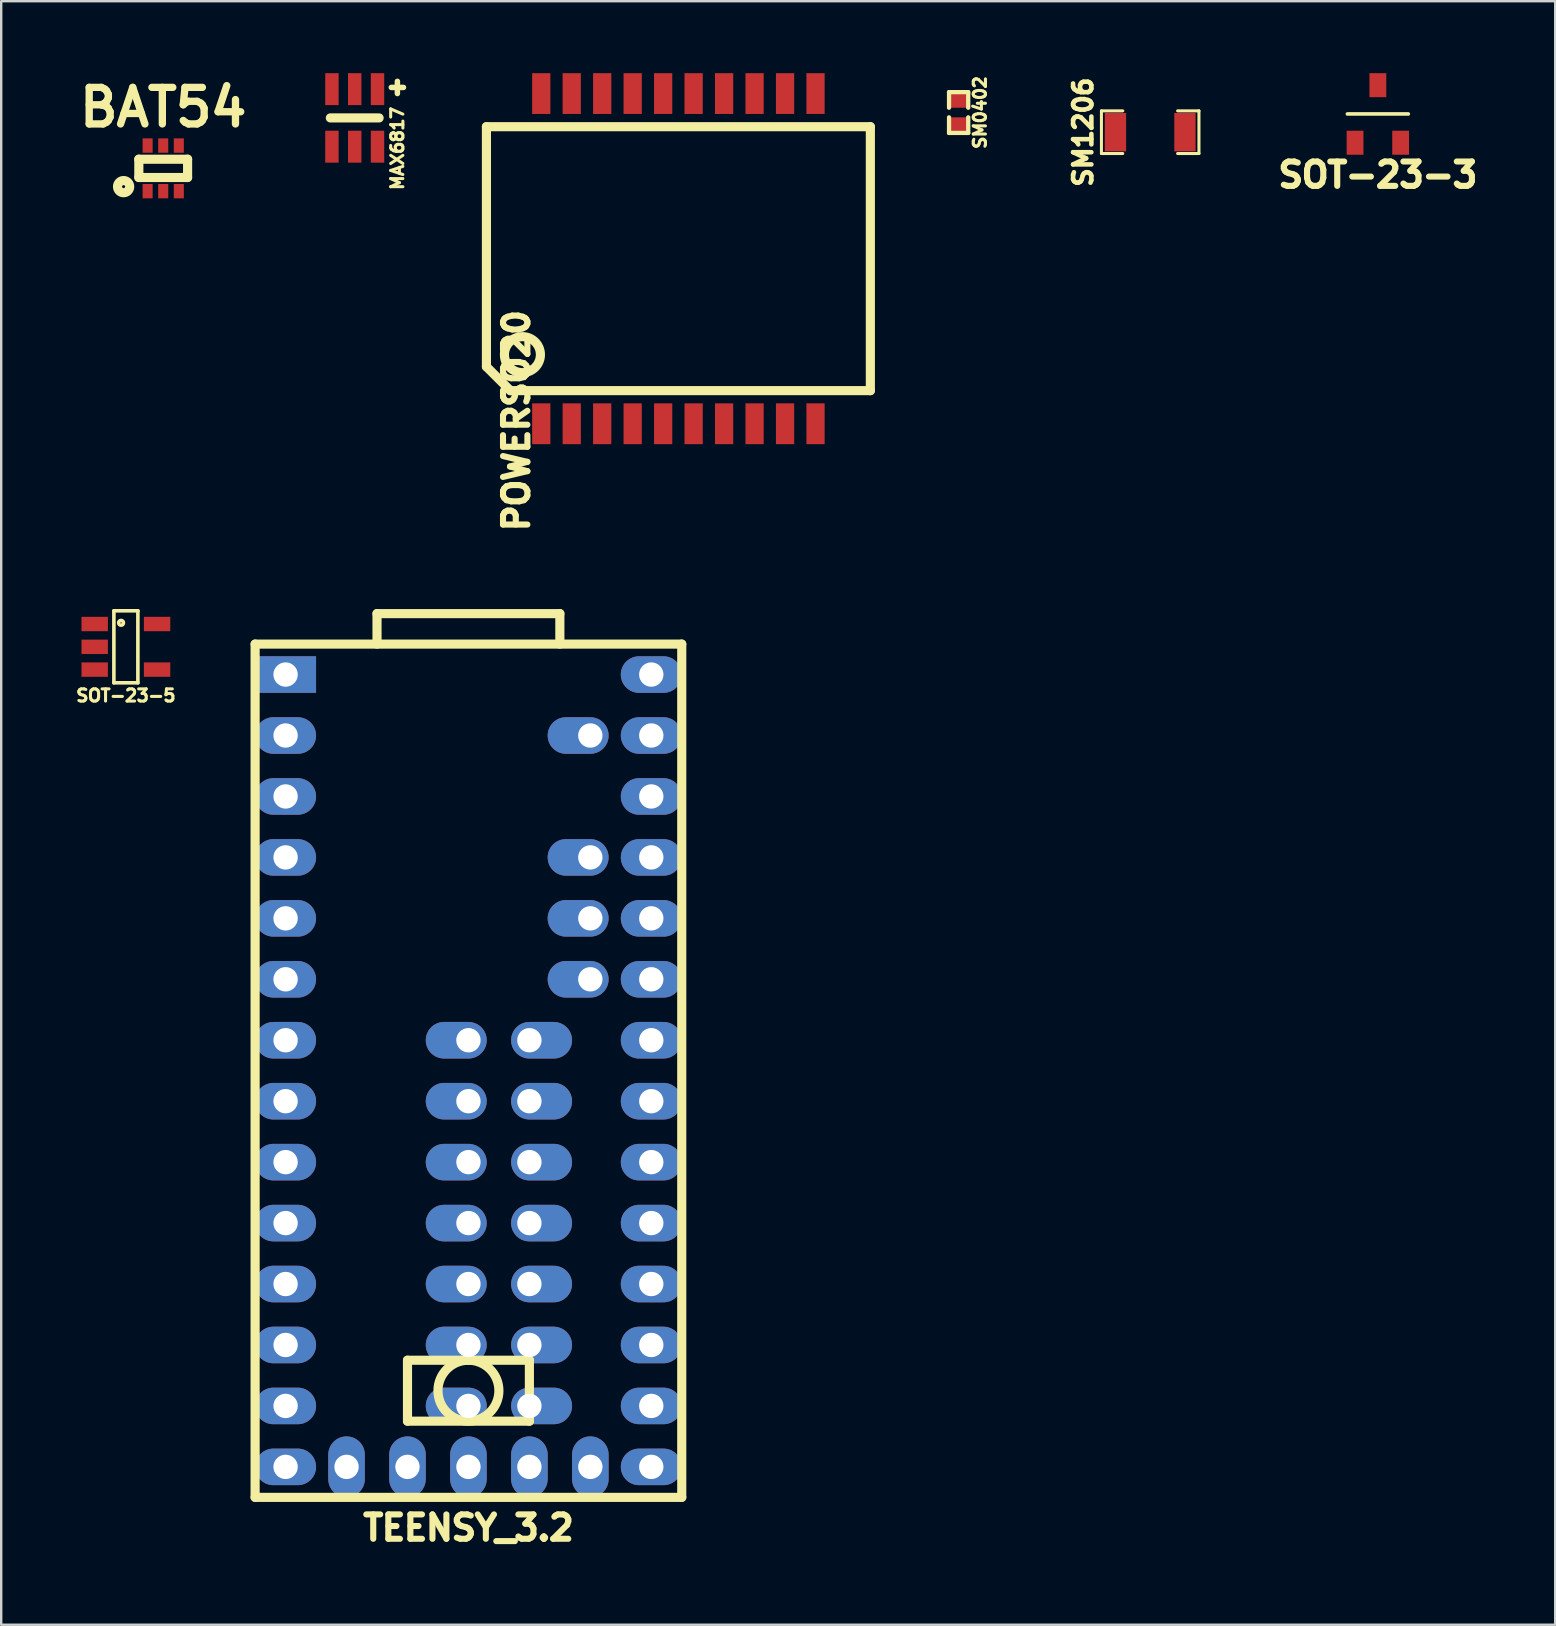
<source format=kicad_pcb>
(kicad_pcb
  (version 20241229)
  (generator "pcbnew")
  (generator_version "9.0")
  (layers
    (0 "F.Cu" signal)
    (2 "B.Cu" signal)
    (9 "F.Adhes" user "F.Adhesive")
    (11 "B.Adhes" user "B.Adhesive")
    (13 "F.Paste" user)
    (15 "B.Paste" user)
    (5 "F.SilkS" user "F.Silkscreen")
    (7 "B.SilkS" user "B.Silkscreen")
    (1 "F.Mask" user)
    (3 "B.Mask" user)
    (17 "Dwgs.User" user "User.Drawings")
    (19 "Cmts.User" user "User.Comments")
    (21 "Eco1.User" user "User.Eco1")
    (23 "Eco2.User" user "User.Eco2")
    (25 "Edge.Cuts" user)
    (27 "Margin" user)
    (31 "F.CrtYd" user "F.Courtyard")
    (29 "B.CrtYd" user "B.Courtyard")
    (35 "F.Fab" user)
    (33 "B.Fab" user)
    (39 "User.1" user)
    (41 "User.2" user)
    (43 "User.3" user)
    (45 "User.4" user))
  (footprint "SM1206"
    (layer "F.Cu")
    (at 44.884 2.459)
    (property "Reference" "SM1206" (at -2.794 0 90) (layer "F.SilkS") (effects (font (size 0.762 0.762) (thickness 0.191))))
    (attr smd)
    (fp_line (start -2.032 -0.889) (end -2.032 0.889) (stroke (width 0.127) (type solid)) (layer "F.SilkS"))
    (fp_line (start -2.032 0.889) (end -1.143 0.889) (stroke (width 0.127) (type solid)) (layer "F.SilkS"))
    (fp_line (start -1.143 -0.889) (end -2.032 -0.889) (stroke (width 0.127) (type solid)) (layer "F.SilkS"))
    (fp_line (start 1.143 -0.889) (end 2.032 -0.889) (stroke (width 0.127) (type solid)) (layer "F.SilkS"))
    (fp_line (start 2.032 -0.889) (end 2.032 0.889) (stroke (width 0.127) (type solid)) (layer "F.SilkS"))
    (fp_line (start 2.032 0.889) (end 1.143 0.889) (stroke (width 0.127) (type solid)) (layer "F.SilkS"))
    (pad "1" smd rect (at -1.448 0) (size 0.889 1.6) (layers "F.Cu" "F.Mask" "F.Paste"))
    (pad "2" smd rect (at 1.448 0) (size 0.889 1.6) (layers "F.Cu" "F.Mask" "F.Paste")))
  (footprint "SOT-23-3"
    (layer "F.Cu")
    (at 54.372 1.699)
    (property "Reference" "SOT-23-3" (at 0 2.54 0) (layer "F.SilkS") (effects (font (size 1.016 1.016) (thickness 0.254))))
    (attr through_hole)
    (fp_line (start -1.27 0) (end 1.27 0) (stroke (width 0.15) (type solid)) (layer "F.SilkS"))
    (pad "1" smd rect (at -0.95 1.199) (size 0.701 1.001) (layers "F.Cu" "F.Mask"))
    (pad "2" smd rect (at 0.95 1.199) (size 0.701 1.001) (layers "F.Cu" "F.Mask"))
    (pad "3" smd rect (at 0 -1.199) (size 0.701 1.001) (layers "F.Cu" "F.Mask")))
  (footprint "TEENSY_3.2"
    (layer "F.Cu")
    (at 16.472 41.572)
    (property "Reference" "TEENSY_3.2" (at 0 19.05 0) (layer "F.SilkS") (effects (font (size 1.016 1.016) (thickness 0.254))))
    (attr through_hole)
    (fp_line (start -8.89 -17.78) (end -8.89 17.78) (stroke (width 0.381) (type solid)) (layer "F.SilkS"))
    (fp_line (start -8.89 17.78) (end 8.89 17.78) (stroke (width 0.381) (type solid)) (layer "F.SilkS"))
    (fp_line (start -3.81 -19.05) (end 3.81 -19.05) (stroke (width 0.381) (type solid)) (layer "F.SilkS"))
    (fp_line (start -3.81 -17.78) (end -3.81 -19.05) (stroke (width 0.381) (type solid)) (layer "F.SilkS"))
    (fp_line (start -2.54 12.065) (end -2.54 14.605) (stroke (width 0.381) (type solid)) (layer "F.SilkS"))
    (fp_line (start -2.54 14.605) (end 2.54 14.605) (stroke (width 0.381) (type solid)) (layer "F.SilkS"))
    (fp_line (start 2.54 12.065) (end -2.54 12.065) (stroke (width 0.381) (type solid)) (layer "F.SilkS"))
    (fp_line (start 2.54 14.605) (end 2.54 12.065) (stroke (width 0.381) (type solid)) (layer "F.SilkS"))
    (fp_line (start 3.81 -19.05) (end 3.81 -17.78) (stroke (width 0.381) (type solid)) (layer "F.SilkS"))
    (fp_line (start 8.89 -17.78) (end -8.89 -17.78) (stroke (width 0.381) (type solid)) (layer "F.SilkS"))
    (fp_line (start 8.89 17.78) (end 8.89 -17.78) (stroke (width 0.381) (type solid)) (layer "F.SilkS"))
    (fp_circle (center 0 13.335) (end 0 12.065) (stroke (width 0.381) (type solid)) (fill no) (layer "F.SilkS"))
    (pad "" thru_hole oval (at -5.08 16.51) (size 1.524 2.54) (drill 1.016) (layers "*.Cu" "*.Mask"))
    (pad "" thru_hole oval (at -2.54 16.51) (size 1.524 2.54) (drill 1.016) (layers "*.Cu" "*.Mask"))
    (pad "" thru_hole oval (at 0 1.27) (size 2.54 1.524) (drill 1.016 (offset -0.508 0)) (layers "*.Cu" "*.Mask"))
    (pad "" thru_hole oval (at 0 16.51) (size 1.524 2.54) (drill 1.016) (layers "*.Cu" "*.Mask"))
    (pad "" thru_hole oval (at 2.54 1.27) (size 2.54 1.524) (drill 1.016 (offset 0.508 0)) (layers "*.Cu" "*.Mask"))
    (pad "0" thru_hole oval (at -7.62 -13.97) (size 2.54 1.524) (drill 1.016) (layers "*.Cu" "*.Mask"))
    (pad "1" thru_hole oval (at -7.62 -11.43) (size 2.54 1.524) (drill 1.016) (layers "*.Cu" "*.Mask"))
    (pad "2" thru_hole oval (at -7.62 -8.89) (size 2.54 1.524) (drill 1.016) (layers "*.Cu" "*.Mask"))
    (pad "3" thru_hole oval (at -7.62 -6.35) (size 2.54 1.524) (drill 1.016) (layers "*.Cu" "*.Mask"))
    (pad "3V3" thru_hole oval (at 7.62 -11.43) (size 2.54 1.524) (drill 1.016) (layers "*.Cu" "*.Mask"))
    (pad "4" thru_hole oval (at -7.62 -3.81) (size 2.54 1.524) (drill 1.016) (layers "*.Cu" "*.Mask"))
    (pad "5" thru_hole oval (at -7.62 -1.27) (size 2.54 1.524) (drill 1.016) (layers "*.Cu" "*.Mask"))
    (pad "6" thru_hole oval (at -7.62 1.27) (size 2.54 1.524) (drill 1.016) (layers "*.Cu" "*.Mask"))
    (pad "7" thru_hole oval (at -7.62 3.81) (size 2.54 1.524) (drill 1.016) (layers "*.Cu" "*.Mask"))
    (pad "8" thru_hole oval (at -7.62 6.35) (size 2.54 1.524) (drill 1.016) (layers "*.Cu" "*.Mask"))
    (pad "9" thru_hole oval (at -7.62 8.89) (size 2.54 1.524) (drill 1.016) (layers "*.Cu" "*.Mask"))
    (pad "10" thru_hole oval (at -7.62 11.43) (size 2.54 1.524) (drill 1.016) (layers "*.Cu" "*.Mask"))
    (pad "11" thru_hole oval (at -7.62 13.97) (size 2.54 1.524) (drill 1.016) (layers "*.Cu" "*.Mask"))
    (pad "12" thru_hole oval (at -7.62 16.51) (size 2.54 1.524) (drill 1.016) (layers "*.Cu" "*.Mask"))
    (pad "13" thru_hole oval (at 7.62 16.51) (size 2.54 1.524) (drill 1.016) (layers "*.Cu" "*.Mask"))
    (pad "14" thru_hole oval (at 7.62 13.97) (size 2.54 1.524) (drill 1.016) (layers "*.Cu" "*.Mask"))
    (pad "15" thru_hole oval (at 7.62 11.43) (size 2.54 1.524) (drill 1.016) (layers "*.Cu" "*.Mask"))
    (pad "16" thru_hole oval (at 7.62 8.89) (size 2.54 1.524) (drill 1.016) (layers "*.Cu" "*.Mask"))
    (pad "17" thru_hole oval (at 7.62 6.35) (size 2.54 1.524) (drill 1.016) (layers "*.Cu" "*.Mask"))
    (pad "18" thru_hole oval (at 7.62 3.81) (size 2.54 1.524) (drill 1.016) (layers "*.Cu" "*.Mask"))
    (pad "19" thru_hole oval (at 7.62 1.27) (size 2.54 1.524) (drill 1.016) (layers "*.Cu" "*.Mask"))
    (pad "20" thru_hole oval (at 7.62 -1.27) (size 2.54 1.524) (drill 1.016) (layers "*.Cu" "*.Mask"))
    (pad "21" thru_hole oval (at 7.62 -3.81) (size 2.54 1.524) (drill 1.016) (layers "*.Cu" "*.Mask"))
    (pad "22" thru_hole oval (at 7.62 -6.35) (size 2.54 1.524) (drill 1.016) (layers "*.Cu" "*.Mask"))
    (pad "23" thru_hole oval (at 7.62 -8.89) (size 2.54 1.524) (drill 1.016) (layers "*.Cu" "*.Mask"))
    (pad "24" thru_hole oval (at 0 3.81) (size 2.54 1.524) (drill 1.016 (offset -0.508 0)) (layers "*.Cu" "*.Mask"))
    (pad "25" thru_hole oval (at 0 6.35) (size 2.54 1.524) (drill 1.016 (offset -0.508 0)) (layers "*.Cu" "*.Mask"))
    (pad "26" thru_hole oval (at 0 8.89) (size 2.54 1.524) (drill 1.016 (offset -0.508 0)) (layers "*.Cu" "*.Mask"))
    (pad "27" thru_hole oval (at 0 11.43) (size 2.54 1.524) (drill 1.016 (offset -0.508 0)) (layers "*.Cu" "*.Mask"))
    (pad "28" thru_hole oval (at 0 13.97) (size 2.54 1.524) (drill 1.016 (offset -0.508 0)) (layers "*.Cu" "*.Mask"))
    (pad "29" thru_hole oval (at 2.54 13.97) (size 2.54 1.524) (drill 1.016 (offset 0.508 0)) (layers "*.Cu" "*.Mask"))
    (pad "30" thru_hole oval (at 2.54 11.43) (size 2.54 1.524) (drill 1.016 (offset 0.508 0)) (layers "*.Cu" "*.Mask"))
    (pad "31" thru_hole oval (at 2.54 8.89) (size 2.54 1.524) (drill 1.016 (offset 0.508 0)) (layers "*.Cu" "*.Mask"))
    (pad "32" thru_hole oval (at 2.54 6.35) (size 2.54 1.524) (drill 1.016 (offset 0.508 0)) (layers "*.Cu" "*.Mask"))
    (pad "33" thru_hole oval (at 2.54 3.81) (size 2.54 1.524) (drill 1.016 (offset 0.508 0)) (layers "*.Cu" "*.Mask"))
    (pad "A10" thru_hole oval (at 5.08 -6.35) (size 2.54 1.524) (drill 1.016 (offset -0.508 0)) (layers "*.Cu" "*.Mask"))
    (pad "A11" thru_hole oval (at 5.08 -3.81) (size 2.54 1.524) (drill 1.016 (offset -0.508 0)) (layers "*.Cu" "*.Mask"))
    (pad "A12" thru_hole oval (at 0 -1.27) (size 2.54 1.524) (drill 1.016 (offset -0.508 0)) (layers "*.Cu" "*.Mask"))
    (pad "A13" thru_hole oval (at 2.54 -1.27) (size 2.54 1.524) (drill 1.016 (offset 0.508 0)) (layers "*.Cu" "*.Mask"))
    (pad "AGND" thru_hole oval (at 7.62 -13.97) (size 2.54 1.524) (drill 1.016) (layers "*.Cu" "*.Mask"))
    (pad "AREF" thru_hole oval (at 5.08 -8.89) (size 2.54 1.524) (drill 1.016 (offset -0.508 0)) (layers "*.Cu" "*.Mask"))
    (pad "DAC" thru_hole oval (at 5.08 16.51) (size 1.524 2.54) (drill 1.016) (layers "*.Cu" "*.Mask"))
    (pad "GND" thru_hole rect (at -7.62 -16.51) (size 2.54 1.524) (drill 1.016) (layers "*.Cu" "*.Mask"))
    (pad "PROG" thru_hole oval (at 2.54 16.51) (size 1.524 2.54) (drill 1.016) (layers "*.Cu" "*.Mask"))
    (pad "V_IN" thru_hole oval (at 7.62 -16.51) (size 2.54 1.524) (drill 1.016) (layers "*.Cu" "*.Mask"))
    (pad "V_U" thru_hole oval (at 5.08 -13.97) (size 2.54 1.524) (drill 1.016 (offset -0.508 0)) (layers "*.Cu" "*.Mask")))
  (footprint "BAT54"
    (layer "F.Cu")
    (at 3.752 3.966)
    (property "Reference" "BAT54" (at 0 -2.54 0) (layer "F.SilkS") (effects (font (size 1.524 1.524) (thickness 0.305))))
    (attr through_hole)
    (fp_line (start -1.016 -0.381) (end -1.016 0.381) (stroke (width 0.381) (type solid)) (layer "F.SilkS"))
    (fp_line (start -1.016 0.381) (end 1.016 0.381) (stroke (width 0.381) (type solid)) (layer "F.SilkS"))
    (fp_line (start 1.016 -0.381) (end -1.016 -0.381) (stroke (width 0.381) (type solid)) (layer "F.SilkS"))
    (fp_line (start 1.016 0.381) (end 1.016 -0.381) (stroke (width 0.381) (type solid)) (layer "F.SilkS"))
    (fp_circle (center -1.651 0.762) (end -1.651 0.508) (stroke (width 0.381) (type solid)) (fill no) (layer "F.SilkS"))
    (pad "1" smd rect (at -0.65 0.95) (size 0.419 0.599) (layers "F.Cu" "F.Mask" "F.Paste"))
    (pad "2" smd rect (at 0 0.95) (size 0.419 0.599) (layers "F.Cu" "F.Mask" "F.Paste"))
    (pad "3" smd rect (at 0.65 0.95) (size 0.419 0.599) (layers "F.Cu" "F.Mask" "F.Paste"))
    (pad "4" smd rect (at 0.65 -0.95) (size 0.419 0.599) (layers "F.Cu" "F.Mask" "F.Paste"))
    (pad "5" smd rect (at 0 -0.95) (size 0.419 0.599) (layers "F.Cu" "F.Mask" "F.Paste"))
    (pad "6" smd rect (at -0.65 -0.95) (size 0.419 0.599) (layers "F.Cu" "F.Mask" "F.Paste")))
  (footprint "POWERSO20"
    (layer "F.Cu")
    (at 25.222 7.73)
    (property "Reference" "POWERSO20" (at -6.75 6.75 90) (layer "F.SilkS") (effects (font (size 1.016 1.016) (thickness 0.254))))
    (attr through_hole)
    (fp_line (start -8 -5.5) (end -8 4.5) (stroke (width 0.381) (type solid)) (layer "F.SilkS"))
    (fp_line (start -8 4.5) (end -7 5.5) (stroke (width 0.381) (type solid)) (layer "F.SilkS"))
    (fp_line (start -7 5.5) (end 8 5.5) (stroke (width 0.381) (type solid)) (layer "F.SilkS"))
    (fp_line (start 8 -5.5) (end -8 -5.5) (stroke (width 0.381) (type solid)) (layer "F.SilkS"))
    (fp_line (start 8 5.5) (end 8 -5.5) (stroke (width 0.381) (type solid)) (layer "F.SilkS"))
    (fp_circle (center -6.5 4) (end -6.5 3.25) (stroke (width 0.381) (type solid)) (fill no) (layer "F.SilkS"))
    (pad "1" smd rect (at -5.715 6.88) (size 0.76 1.7) (layers "F.Cu" "F.Mask" "F.Paste"))
    (pad "2" smd rect (at -4.445 6.88) (size 0.76 1.7) (layers "F.Cu" "F.Mask" "F.Paste"))
    (pad "3" smd rect (at -3.175 6.88) (size 0.76 1.7) (layers "F.Cu" "F.Mask" "F.Paste"))
    (pad "4" smd rect (at -1.905 6.88) (size 0.76 1.7) (layers "F.Cu" "F.Mask" "F.Paste"))
    (pad "5" smd rect (at -0.635 6.88) (size 0.76 1.7) (layers "F.Cu" "F.Mask" "F.Paste"))
    (pad "6" smd rect (at 0.635 6.88) (size 0.76 1.7) (layers "F.Cu" "F.Mask" "F.Paste"))
    (pad "7" smd rect (at 1.905 6.88) (size 0.76 1.7) (layers "F.Cu" "F.Mask" "F.Paste"))
    (pad "8" smd rect (at 3.175 6.88) (size 0.76 1.7) (layers "F.Cu" "F.Mask" "F.Paste"))
    (pad "9" smd rect (at 4.445 6.88) (size 0.76 1.7) (layers "F.Cu" "F.Mask" "F.Paste"))
    (pad "10" smd rect (at 5.715 6.88) (size 0.76 1.7) (layers "F.Cu" "F.Mask" "F.Paste"))
    (pad "11" smd rect (at 5.715 -6.88) (size 0.76 1.7) (layers "F.Cu" "F.Mask" "F.Paste"))
    (pad "12" smd rect (at 4.445 -6.88) (size 0.76 1.7) (layers "F.Cu" "F.Mask" "F.Paste"))
    (pad "13" smd rect (at 3.175 -6.88) (size 0.76 1.7) (layers "F.Cu" "F.Mask" "F.Paste"))
    (pad "14" smd rect (at 1.905 -6.88) (size 0.76 1.7) (layers "F.Cu" "F.Mask" "F.Paste"))
    (pad "15" smd rect (at 0.635 -6.88) (size 0.76 1.7) (layers "F.Cu" "F.Mask" "F.Paste"))
    (pad "16" smd rect (at -0.635 -6.88) (size 0.76 1.7) (layers "F.Cu" "F.Mask" "F.Paste"))
    (pad "17" smd rect (at -1.905 -6.88) (size 0.76 1.7) (layers "F.Cu" "F.Mask" "F.Paste"))
    (pad "18" smd rect (at -3.175 -6.88) (size 0.76 1.7) (layers "F.Cu" "F.Mask" "F.Paste"))
    (pad "19" smd rect (at -4.445 -6.88) (size 0.76 1.7) (layers "F.Cu" "F.Mask" "F.Paste"))
    (pad "20" smd rect (at -5.715 -6.88) (size 0.76 1.7) (layers "F.Cu" "F.Mask" "F.Paste")))
  (footprint "MAX6817"
    (layer "F.Cu")
    (at 11.733 1.864)
    (property "Reference" "MAX6817" (at 1.778 1.27 270) (layer "F.SilkS") (effects (font (size 0.508 0.508) (thickness 0.127))))
    (attr through_hole)
    (fp_line (start 1.016 0) (end -1.016 0) (stroke (width 0.381) (type solid)) (layer "F.SilkS"))
    (fp_line (start 1.778 -1.524) (end 1.778 -1.016) (stroke (width 0.229) (type solid)) (layer "F.SilkS"))
    (fp_line (start 2.032 -1.27) (end 1.524 -1.27) (stroke (width 0.229) (type solid)) (layer "F.SilkS"))
    (pad "1" smd rect (at 0.95 -1.199 270) (size 1.331 0.559) (layers "F.Cu" "F.Mask" "F.Paste"))
    (pad "2" smd rect (at 0 -1.199 270) (size 1.331 0.559) (layers "F.Cu" "F.Mask" "F.Paste"))
    (pad "3" smd rect (at -0.95 -1.199 270) (size 1.331 0.559) (layers "F.Cu" "F.Mask" "F.Paste"))
    (pad "4" smd rect (at -0.95 1.199 270) (size 1.331 0.559) (layers "F.Cu" "F.Mask" "F.Paste"))
    (pad "5" smd rect (at 0 1.199 270) (size 1.331 0.559) (layers "F.Cu" "F.Mask" "F.Paste"))
    (pad "6" smd rect (at 0.95 1.199 270) (size 1.331 0.559) (layers "F.Cu" "F.Mask" "F.Paste")))
  (footprint "SM0402"
    (layer "F.Cu")
    (at 36.901 1.64)
    (property "Reference" "SM0402" (at 0.889 0 90) (layer "F.SilkS") (effects (font (size 0.508 0.508) (thickness 0.127))))
    (attr smd)
    (fp_line (start -0.4 -0.85) (end -0.4 -0.2) (stroke (width 0.178) (type solid)) (layer "F.SilkS"))
    (fp_line (start -0.4 0.85) (end -0.4 0.2) (stroke (width 0.178) (type solid)) (layer "F.SilkS"))
    (fp_line (start 0.4 -0.85) (end -0.4 -0.85) (stroke (width 0.178) (type solid)) (layer "F.SilkS"))
    (fp_line (start 0.4 -0.2) (end 0.4 -0.85) (stroke (width 0.178) (type solid)) (layer "F.SilkS"))
    (fp_line (start 0.4 0.2) (end 0.4 0.85) (stroke (width 0.178) (type solid)) (layer "F.SilkS"))
    (fp_line (start 0.4 0.85) (end -0.4 0.85) (stroke (width 0.178) (type solid)) (layer "F.SilkS"))
    (pad "1" smd rect (at 0 -0.5 270) (size 0.6 0.7) (layers "F.Cu" "F.Mask" "F.Paste"))
    (pad "2" smd rect (at 0 0.5 270) (size 0.6 0.7) (layers "F.Cu" "F.Mask" "F.Paste")))
  (footprint "SOT-23-5"
    (layer "F.Cu")
    (at 2.196 23.906)
    (property "Reference" "SOT-23-5" (at 0 2.032 0) (layer "F.SilkS") (effects (font (size 0.508 0.508) (thickness 0.127))))
    (attr through_hole)
    (fp_line (start -0.5 -1.5) (end -0.5 1.5) (stroke (width 0.15) (type solid)) (layer "F.SilkS"))
    (fp_line (start -0.5 1.5) (end 0.5 1.5) (stroke (width 0.15) (type solid)) (layer "F.SilkS"))
    (fp_line (start 0.5 -1.5) (end -0.5 -1.5) (stroke (width 0.15) (type solid)) (layer "F.SilkS"))
    (fp_line (start 0.5 1.5) (end 0.5 -1.5) (stroke (width 0.15) (type solid)) (layer "F.SilkS"))
    (fp_circle (center -0.2 -1) (end -0.2 -1.1) (stroke (width 0.15) (type solid)) (fill no) (layer "F.SilkS"))
    (pad "1" smd rect (at -1.3 -0.95) (size 1.1 0.6) (layers "F.Cu" "F.Mask" "F.Paste"))
    (pad "2" smd rect (at -1.3 0) (size 1.1 0.6) (layers "F.Cu" "F.Mask" "F.Paste"))
    (pad "3" smd rect (at -1.3 0.95) (size 1.1 0.6) (layers "F.Cu" "F.Mask" "F.Paste"))
    (pad "4" smd rect (at 1.3 0.95) (size 1.1 0.6) (layers "F.Cu" "F.Mask" "F.Paste"))
    (pad "5" smd rect (at 1.3 -0.95) (size 1.1 0.6) (layers "F.Cu" "F.Mask" "F.Paste")))
  (gr_rect
    (start -3 -3)
    (end 61.763 64.662)
    (stroke (width 0.1) (type default))
    (fill no)
    (layer "Edge.Cuts")))
</source>
